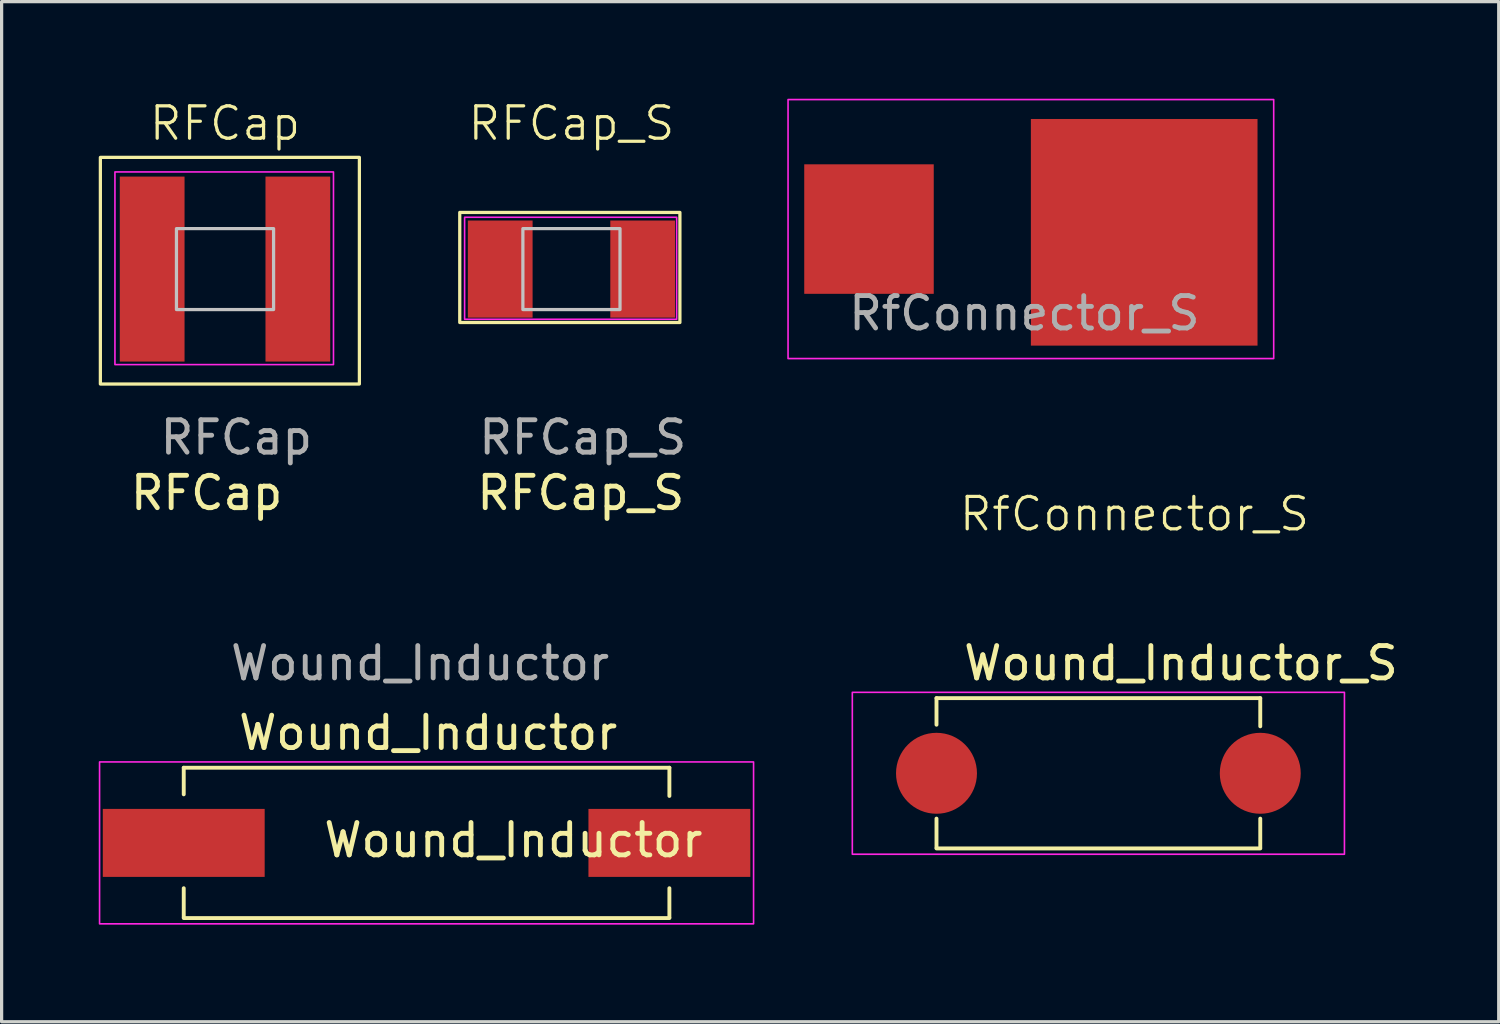
<source format=kicad_pcb>
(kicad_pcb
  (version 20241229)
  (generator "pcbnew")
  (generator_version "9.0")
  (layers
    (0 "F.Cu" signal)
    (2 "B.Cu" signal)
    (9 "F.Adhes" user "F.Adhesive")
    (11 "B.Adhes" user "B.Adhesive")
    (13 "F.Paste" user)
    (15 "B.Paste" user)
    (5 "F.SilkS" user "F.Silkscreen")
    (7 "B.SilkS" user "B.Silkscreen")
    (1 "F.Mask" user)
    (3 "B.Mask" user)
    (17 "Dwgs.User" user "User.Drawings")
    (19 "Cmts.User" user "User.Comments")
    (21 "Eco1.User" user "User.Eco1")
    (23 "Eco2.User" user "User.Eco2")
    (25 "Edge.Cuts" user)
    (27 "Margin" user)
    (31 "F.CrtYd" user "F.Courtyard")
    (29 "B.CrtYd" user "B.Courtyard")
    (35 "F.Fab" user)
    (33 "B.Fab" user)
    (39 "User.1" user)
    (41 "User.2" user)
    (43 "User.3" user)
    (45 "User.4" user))
  (footprint "RFCap"
    (layer "F.Cu")
    (at 3.9 5.261)
    (property "Reference" "RFCap" (at 0 -4.5 0) (unlocked yes) (layer "F.SilkS") (effects (font (size 1 1) (thickness 0.1))))
    (property "Value" "RFCap" (at 0.05 -6.15 0) (unlocked yes) (layer "F.Fab") (hide yes) (effects (font (size 1 1) (thickness 0.15))))
    (attr smd)
    (fp_rect (start -3.85 -3.45) (end 4.15 3.55) (stroke (width 0.1) (type default)) (fill no) (layer "F.SilkS"))
    (fp_rect (start -1.5 -1.25) (end 1.5 1.25) (stroke (width 0.1) (type default)) (fill no) (layer "Dwgs.User"))
    (fp_rect (start -3.4 -3) (end 3.35 2.95) (stroke (width 0.05) (type default)) (fill no) (layer "F.CrtYd"))
    (fp_text user "${VALUE}" (at -3 7.5 0) (unlocked yes) (layer "F.SilkS") (effects (font (size 1 1) (thickness 0.15)) (justify left bottom)))
    (fp_text user "${REFERENCE}" (at 0.35 5.2 0) (unlocked yes) (layer "F.Fab") (effects (font (size 1 1) (thickness 0.15))))
    (pad "1" smd rect (at -2.25 0) (size 2 5.713) (layers "F.Cu" "F.Mask" "F.Paste"))
    (pad "2" smd rect (at 2.25 0) (size 2 5.713) (layers "F.Cu" "F.Mask" "F.Paste")))
  (footprint "RfConnector_S"
    (layer "F.Cu")
    (at 28.59 4.125)
    (property "Reference" "RfConnector_S" (at 3.4 8.7 0) (unlocked yes) (layer "F.SilkS") (effects (font (size 1 1) (thickness 0.1))))
    (attr smd)
    (fp_rect (start -7.3 -4.1) (end 7.7 3.9) (stroke (width 0.05) (type default)) (fill no) (layer "F.CrtYd"))
    (fp_text user "${REFERENCE}" (at 0 2.5 0) (unlocked yes) (layer "F.Fab") (effects (font (size 1 1) (thickness 0.15))))
    (pad "1" smd rect (at -4.8 -0.1 270) (size 4 4) (layers "F.Cu" "F.Mask" "F.Paste"))
    (pad "2" smd rect (at 3.7 0 270) (size 7 7) (layers "F.Cu" "F.Mask" "F.Paste")))
  (footprint "RFCap_S"
    (layer "F.Cu")
    (at 14.6 5.261)
    (property "Reference" "RFCap_S" (at 0 -4.5 0) (unlocked yes) (layer "F.SilkS") (effects (font (size 1 1) (thickness 0.1))))
    (property "Value" "RFCap_S" (at 0.05 -6.15 0) (unlocked yes) (layer "F.Fab") (hide yes) (effects (font (size 1 1) (thickness 0.15))))
    (attr smd)
    (fp_rect (start -3.45 -1.75) (end 3.35 1.65) (stroke (width 0.1) (type default)) (fill no) (layer "F.SilkS"))
    (fp_rect (start -1.5 -1.25) (end 1.5 1.25) (stroke (width 0.1) (type default)) (fill no) (layer "Dwgs.User"))
    (fp_rect (start -3.3 -1.6) (end 3.25 1.55) (stroke (width 0.05) (type default)) (fill no) (layer "F.CrtYd"))
    (fp_text user "${VALUE}" (at -3 7.5 0) (unlocked yes) (layer "F.SilkS") (effects (font (size 1 1) (thickness 0.15)) (justify left bottom)))
    (fp_text user "${REFERENCE}" (at 0.35 5.2 0) (unlocked yes) (layer "F.Fab") (effects (font (size 1 1) (thickness 0.15))))
    (pad "1" smd rect (at -2.2 0) (size 2 3) (layers "F.Cu" "F.Mask" "F.Paste"))
    (pad "2" smd rect (at 2.2 0) (size 2 3) (layers "F.Cu" "F.Mask" "F.Paste"))
    (zone (net_name "") (layer "F.Cu") (hatch edge 0.5) (connect_pads) (min_thickness 0.25) (filled_areas_thickness no) (keepout (tracks allowed) (vias allowed) (pads allowed) (copperpour not_allowed) (footprints allowed)) (placement (enabled no)) (fill) (polygon (pts (xy 13.4 3.76) (xy 15.8 3.76) (xy 15.8 6.761) (xy 13.4 6.761)))))
  (footprint "Wound_Inductor_S"
    (layer "F.Cu")
    (at 25.875 20.834)
    (property "Reference" "Wound_Inductor_S" (at 7.55 -3.4 0) (layer "F.SilkS") (effects (font (size 1 1) (thickness 0.15))))
    (attr through_hole)
    (fp_line (start 0 -2.321) (end 0 -1.5) (stroke (width 0.12) (type solid)) (layer "F.SilkS"))
    (fp_line (start 0 -2.321) (end 10 -2.321) (stroke (width 0.12) (type solid)) (layer "F.SilkS"))
    (fp_line (start 0 1.4) (end 0 2.3) (stroke (width 0.12) (type solid)) (layer "F.SilkS"))
    (fp_line (start 0 2.321) (end 10 2.321) (stroke (width 0.12) (type solid)) (layer "F.SilkS"))
    (fp_line (start 10 -2.321) (end 10 -1.45) (stroke (width 0.12) (type solid)) (layer "F.SilkS"))
    (fp_line (start 10 1.4) (end 10 2.3) (stroke (width 0.12) (type solid)) (layer "F.SilkS"))
    (fp_rect (start -2.6 -2.5) (end 12.6 2.5) (stroke (width 0.05) (type default)) (fill no) (layer "F.CrtYd"))
    (pad "1" smd circle (at 0 0) (size 2.5 2.5) (layers "F.Cu" "F.Mask" "F.Paste"))
    (pad "2" smd circle (at 10 0) (size 2.5 2.5) (layers "F.Cu" "F.Mask" "F.Paste"))
    (zone (net_name "") (layer "F.Cu") (hatch edge 0.5) (connect_pads) (min_thickness 0.25) (filled_areas_thickness no) (keepout (tracks allowed) (vias allowed) (pads allowed) (copperpour not_allowed) (footprints allowed)) (placement (enabled no)) (fill) (polygon (pts (xy 26.74 17.134) (xy 34.94 17.134) (xy 34.94 24.534) (xy 26.74 24.534)))))
  (footprint "Wound_Inductor"
    (layer "F.Cu")
    (at 2.625 22.984)
    (property "Reference" "Wound_Inductor" (at 7.55 -3.4 0) (layer "F.SilkS") (effects (font (size 1 1) (thickness 0.15))))
    (property "Value" "Wound_Inductor" (at 7.8 3.3 0) (layer "F.Fab") (hide yes) (effects (font (size 1 1) (thickness 0.15))))
    (attr through_hole)
    (fp_line (start 0 -2.321) (end 0 -1.5) (stroke (width 0.12) (type solid)) (layer "F.SilkS"))
    (fp_line (start 0 -2.321) (end 15 -2.321) (stroke (width 0.12) (type solid)) (layer "F.SilkS"))
    (fp_line (start 0 1.4) (end 0 2.3) (stroke (width 0.12) (type solid)) (layer "F.SilkS"))
    (fp_line (start 0 2.321) (end 15 2.321) (stroke (width 0.12) (type solid)) (layer "F.SilkS"))
    (fp_line (start 15 -2.321) (end 15 -1.45) (stroke (width 0.12) (type solid)) (layer "F.SilkS"))
    (fp_line (start 15 1.4) (end 15 2.3) (stroke (width 0.12) (type solid)) (layer "F.SilkS"))
    (fp_rect (start -2.6 -2.5) (end 17.6 2.5) (stroke (width 0.05) (type default)) (fill no) (layer "F.CrtYd"))
    (fp_text user "${VALUE}" (at 4.25 0.5 0) (unlocked yes) (layer "F.SilkS") (effects (font (size 1 1) (thickness 0.15)) (justify left bottom)))
    (fp_text user "${REFERENCE}" (at 7.3 -5.55 0) (layer "F.Fab") (effects (font (size 1 1) (thickness 0.15))))
    (pad "1" smd rect (at 0 0) (size 5 2.1) (layers "F.Cu" "F.Mask" "F.Paste"))
    (pad "2" smd rect (at 15 0) (size 5 2.1) (layers "F.Cu" "F.Mask" "F.Paste")))
  (gr_rect
    (start -3 -3)
    (end 43.24 28.509)
    (stroke (width 0.1) (type default))
    (fill no)
    (layer "Edge.Cuts")))
</source>
